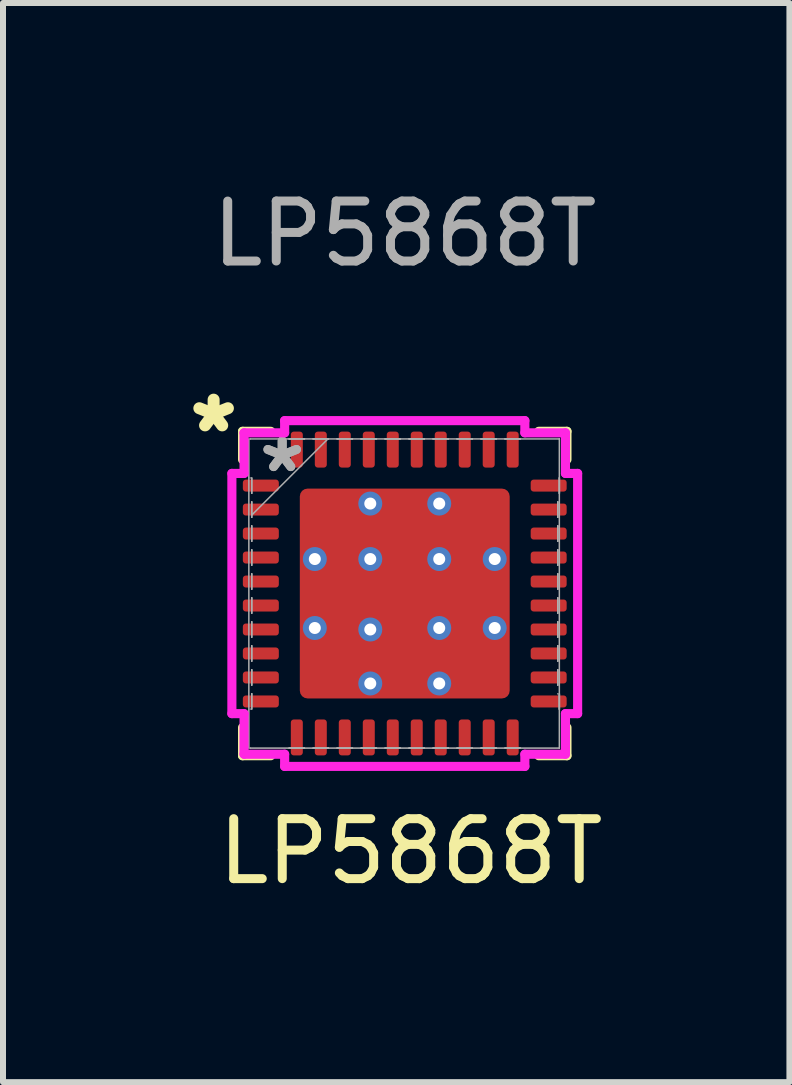
<source format=kicad_pcb>
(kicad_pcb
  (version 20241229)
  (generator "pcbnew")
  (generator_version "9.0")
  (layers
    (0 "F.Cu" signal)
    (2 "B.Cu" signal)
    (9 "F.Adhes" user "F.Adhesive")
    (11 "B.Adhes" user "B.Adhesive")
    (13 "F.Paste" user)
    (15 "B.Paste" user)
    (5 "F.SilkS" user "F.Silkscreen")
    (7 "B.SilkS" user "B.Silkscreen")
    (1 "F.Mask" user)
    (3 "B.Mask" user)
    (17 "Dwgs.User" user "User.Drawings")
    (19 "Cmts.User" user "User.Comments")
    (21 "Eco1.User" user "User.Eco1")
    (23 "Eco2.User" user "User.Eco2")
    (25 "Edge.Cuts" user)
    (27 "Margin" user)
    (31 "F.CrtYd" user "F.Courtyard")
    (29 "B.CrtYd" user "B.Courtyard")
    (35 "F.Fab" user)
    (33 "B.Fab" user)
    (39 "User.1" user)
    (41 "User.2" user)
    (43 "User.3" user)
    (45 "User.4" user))
  (footprint "LP5868T"
    (layer "F.Cu")
    (at 3.7 6.848)
    (property "Reference" "LP5868T" (at 0.1 4.3 0) (unlocked yes) (layer "F.SilkS") (effects (font (size 1 1) (thickness 0.15))))
    (attr smd)
    (fp_line (start -2.705 -2.705) (end -2.705 -2.234) (stroke (width 0.152) (type solid)) (layer "F.SilkS"))
    (fp_line (start -2.705 2.234) (end -2.705 2.705) (stroke (width 0.152) (type solid)) (layer "F.SilkS"))
    (fp_line (start -2.705 2.705) (end -2.234 2.705) (stroke (width 0.152) (type solid)) (layer "F.SilkS"))
    (fp_line (start -2.234 -2.705) (end -2.705 -2.705) (stroke (width 0.152) (type solid)) (layer "F.SilkS"))
    (fp_line (start 2.234 2.705) (end 2.705 2.705) (stroke (width 0.152) (type solid)) (layer "F.SilkS"))
    (fp_line (start 2.705 -2.705) (end 2.234 -2.705) (stroke (width 0.152) (type solid)) (layer "F.SilkS"))
    (fp_line (start 2.705 -2.234) (end 2.705 -2.705) (stroke (width 0.152) (type solid)) (layer "F.SilkS"))
    (fp_line (start 2.705 2.705) (end 2.705 2.234) (stroke (width 0.152) (type solid)) (layer "F.SilkS"))
    (fp_line (start -2.883 -2.003) (end -2.68 -2.003) (stroke (width 0.152) (type solid)) (layer "F.CrtYd"))
    (fp_line (start -2.883 2.003) (end -2.883 -2.003) (stroke (width 0.152) (type solid)) (layer "F.CrtYd"))
    (fp_line (start -2.68 -2.68) (end -2.003 -2.68) (stroke (width 0.152) (type solid)) (layer "F.CrtYd"))
    (fp_line (start -2.68 -2.003) (end -2.68 -2.68) (stroke (width 0.152) (type solid)) (layer "F.CrtYd"))
    (fp_line (start -2.68 2.003) (end -2.883 2.003) (stroke (width 0.152) (type solid)) (layer "F.CrtYd"))
    (fp_line (start -2.68 2.68) (end -2.68 2.003) (stroke (width 0.152) (type solid)) (layer "F.CrtYd"))
    (fp_line (start -2.003 -2.883) (end 2.003 -2.883) (stroke (width 0.152) (type solid)) (layer "F.CrtYd"))
    (fp_line (start -2.003 -2.68) (end -2.003 -2.883) (stroke (width 0.152) (type solid)) (layer "F.CrtYd"))
    (fp_line (start -2.003 2.68) (end -2.68 2.68) (stroke (width 0.152) (type solid)) (layer "F.CrtYd"))
    (fp_line (start -2.003 2.883) (end -2.003 2.68) (stroke (width 0.152) (type solid)) (layer "F.CrtYd"))
    (fp_line (start 2.003 -2.883) (end 2.003 -2.68) (stroke (width 0.152) (type solid)) (layer "F.CrtYd"))
    (fp_line (start 2.003 -2.68) (end 2.68 -2.68) (stroke (width 0.152) (type solid)) (layer "F.CrtYd"))
    (fp_line (start 2.003 2.68) (end 2.003 2.883) (stroke (width 0.152) (type solid)) (layer "F.CrtYd"))
    (fp_line (start 2.003 2.883) (end -2.003 2.883) (stroke (width 0.152) (type solid)) (layer "F.CrtYd"))
    (fp_line (start 2.68 -2.68) (end 2.68 -2.003) (stroke (width 0.152) (type solid)) (layer "F.CrtYd"))
    (fp_line (start 2.68 -2.003) (end 2.883 -2.003) (stroke (width 0.152) (type solid)) (layer "F.CrtYd"))
    (fp_line (start 2.68 2.003) (end 2.68 2.68) (stroke (width 0.152) (type solid)) (layer "F.CrtYd"))
    (fp_line (start 2.68 2.68) (end 2.003 2.68) (stroke (width 0.152) (type solid)) (layer "F.CrtYd"))
    (fp_line (start 2.883 -2.003) (end 2.883 2.003) (stroke (width 0.152) (type solid)) (layer "F.CrtYd"))
    (fp_line (start 2.883 2.003) (end 2.68 2.003) (stroke (width 0.152) (type solid)) (layer "F.CrtYd"))
    (fp_line (start -2.6 -2.578) (end -2.6 2.578) (stroke (width 0.025) (type solid)) (layer "F.Fab"))
    (fp_line (start -2.578 -2.578) (end -2.578 -2.578) (stroke (width 0.025) (type solid)) (layer "F.Fab"))
    (fp_line (start -2.578 -1.927) (end -2.578 -1.927) (stroke (width 0.025) (type solid)) (layer "F.Fab"))
    (fp_line (start -2.578 1.927) (end -2.578 1.927) (stroke (width 0.025) (type solid)) (layer "F.Fab"))
    (fp_line (start -2.578 2.578) (end -2.578 2.578) (stroke (width 0.025) (type solid)) (layer "F.Fab"))
    (fp_line (start -2.578 2.578) (end 2.578 2.578) (stroke (width 0.025) (type solid)) (layer "F.Fab"))
    (fp_line (start -2.552 -1.927) (end -2.552 -1.673) (stroke (width 0.025) (type solid)) (layer "F.Fab"))
    (fp_line (start -2.552 -1.673) (end -2.552 -1.927) (stroke (width 0.025) (type solid)) (layer "F.Fab"))
    (fp_line (start -2.552 -1.673) (end -2.552 -1.673) (stroke (width 0.025) (type solid)) (layer "F.Fab"))
    (fp_line (start -2.552 -1.527) (end -2.552 -1.527) (stroke (width 0.025) (type solid)) (layer "F.Fab"))
    (fp_line (start -2.552 -1.527) (end -2.552 -1.273) (stroke (width 0.025) (type solid)) (layer "F.Fab"))
    (fp_line (start -2.552 -1.308) (end -1.282 -2.578) (stroke (width 0.025) (type solid)) (layer "F.Fab"))
    (fp_line (start -2.552 -1.273) (end -2.552 -1.527) (stroke (width 0.025) (type solid)) (layer "F.Fab"))
    (fp_line (start -2.552 -1.273) (end -2.552 -1.273) (stroke (width 0.025) (type solid)) (layer "F.Fab"))
    (fp_line (start -2.552 -1.127) (end -2.552 -1.127) (stroke (width 0.025) (type solid)) (layer "F.Fab"))
    (fp_line (start -2.552 -1.127) (end -2.552 -0.873) (stroke (width 0.025) (type solid)) (layer "F.Fab"))
    (fp_line (start -2.552 -0.873) (end -2.552 -1.127) (stroke (width 0.025) (type solid)) (layer "F.Fab"))
    (fp_line (start -2.552 -0.873) (end -2.552 -0.873) (stroke (width 0.025) (type solid)) (layer "F.Fab"))
    (fp_line (start -2.552 -0.727) (end -2.552 -0.727) (stroke (width 0.025) (type solid)) (layer "F.Fab"))
    (fp_line (start -2.552 -0.727) (end -2.552 -0.473) (stroke (width 0.025) (type solid)) (layer "F.Fab"))
    (fp_line (start -2.552 -0.473) (end -2.552 -0.727) (stroke (width 0.025) (type solid)) (layer "F.Fab"))
    (fp_line (start -2.552 -0.473) (end -2.552 -0.473) (stroke (width 0.025) (type solid)) (layer "F.Fab"))
    (fp_line (start -2.552 -0.327) (end -2.552 -0.327) (stroke (width 0.025) (type solid)) (layer "F.Fab"))
    (fp_line (start -2.552 -0.327) (end -2.552 -0.073) (stroke (width 0.025) (type solid)) (layer "F.Fab"))
    (fp_line (start -2.552 -0.073) (end -2.552 -0.327) (stroke (width 0.025) (type solid)) (layer "F.Fab"))
    (fp_line (start -2.552 -0.073) (end -2.552 -0.073) (stroke (width 0.025) (type solid)) (layer "F.Fab"))
    (fp_line (start -2.552 0.073) (end -2.552 0.073) (stroke (width 0.025) (type solid)) (layer "F.Fab"))
    (fp_line (start -2.552 0.073) (end -2.552 0.327) (stroke (width 0.025) (type solid)) (layer "F.Fab"))
    (fp_line (start -2.552 0.327) (end -2.552 0.073) (stroke (width 0.025) (type solid)) (layer "F.Fab"))
    (fp_line (start -2.552 0.327) (end -2.552 0.327) (stroke (width 0.025) (type solid)) (layer "F.Fab"))
    (fp_line (start -2.552 0.473) (end -2.552 0.473) (stroke (width 0.025) (type solid)) (layer "F.Fab"))
    (fp_line (start -2.552 0.473) (end -2.552 0.727) (stroke (width 0.025) (type solid)) (layer "F.Fab"))
    (fp_line (start -2.552 0.727) (end -2.552 0.473) (stroke (width 0.025) (type solid)) (layer "F.Fab"))
    (fp_line (start -2.552 0.727) (end -2.552 0.727) (stroke (width 0.025) (type solid)) (layer "F.Fab"))
    (fp_line (start -2.552 0.873) (end -2.552 0.873) (stroke (width 0.025) (type solid)) (layer "F.Fab"))
    (fp_line (start -2.552 0.873) (end -2.552 1.127) (stroke (width 0.025) (type solid)) (layer "F.Fab"))
    (fp_line (start -2.552 1.127) (end -2.552 0.873) (stroke (width 0.025) (type solid)) (layer "F.Fab"))
    (fp_line (start -2.552 1.127) (end -2.552 1.127) (stroke (width 0.025) (type solid)) (layer "F.Fab"))
    (fp_line (start -2.552 1.273) (end -2.552 1.273) (stroke (width 0.025) (type solid)) (layer "F.Fab"))
    (fp_line (start -2.552 1.273) (end -2.552 1.527) (stroke (width 0.025) (type solid)) (layer "F.Fab"))
    (fp_line (start -2.552 1.527) (end -2.552 1.273) (stroke (width 0.025) (type solid)) (layer "F.Fab"))
    (fp_line (start -2.552 1.527) (end -2.552 1.527) (stroke (width 0.025) (type solid)) (layer "F.Fab"))
    (fp_line (start -2.552 1.673) (end -2.552 1.673) (stroke (width 0.025) (type solid)) (layer "F.Fab"))
    (fp_line (start -2.552 1.673) (end -2.552 1.927) (stroke (width 0.025) (type solid)) (layer "F.Fab"))
    (fp_line (start -2.552 1.927) (end -2.552 1.673) (stroke (width 0.025) (type solid)) (layer "F.Fab"))
    (fp_line (start -1.927 -2.578) (end -1.927 -2.578) (stroke (width 0.025) (type solid)) (layer "F.Fab"))
    (fp_line (start -1.927 -2.578) (end -1.673 -2.578) (stroke (width 0.025) (type solid)) (layer "F.Fab"))
    (fp_line (start -1.927 2.578) (end -1.927 2.578) (stroke (width 0.025) (type solid)) (layer "F.Fab"))
    (fp_line (start -1.927 2.578) (end -1.673 2.578) (stroke (width 0.025) (type solid)) (layer "F.Fab"))
    (fp_line (start -1.673 -2.578) (end -1.927 -2.578) (stroke (width 0.025) (type solid)) (layer "F.Fab"))
    (fp_line (start -1.673 -2.578) (end -1.673 -2.578) (stroke (width 0.025) (type solid)) (layer "F.Fab"))
    (fp_line (start -1.673 2.578) (end -1.927 2.578) (stroke (width 0.025) (type solid)) (layer "F.Fab"))
    (fp_line (start -1.673 2.578) (end -1.673 2.578) (stroke (width 0.025) (type solid)) (layer "F.Fab"))
    (fp_line (start -1.527 -2.578) (end -1.527 -2.578) (stroke (width 0.025) (type solid)) (layer "F.Fab"))
    (fp_line (start -1.527 -2.578) (end -1.273 -2.578) (stroke (width 0.025) (type solid)) (layer "F.Fab"))
    (fp_line (start -1.527 2.578) (end -1.527 2.578) (stroke (width 0.025) (type solid)) (layer "F.Fab"))
    (fp_line (start -1.527 2.578) (end -1.273 2.578) (stroke (width 0.025) (type solid)) (layer "F.Fab"))
    (fp_line (start -1.273 -2.578) (end -1.527 -2.578) (stroke (width 0.025) (type solid)) (layer "F.Fab"))
    (fp_line (start -1.273 -2.578) (end -1.273 -2.578) (stroke (width 0.025) (type solid)) (layer "F.Fab"))
    (fp_line (start -1.273 2.578) (end -1.527 2.578) (stroke (width 0.025) (type solid)) (layer "F.Fab"))
    (fp_line (start -1.273 2.578) (end -1.273 2.578) (stroke (width 0.025) (type solid)) (layer "F.Fab"))
    (fp_line (start -1.127 -2.578) (end -1.127 -2.578) (stroke (width 0.025) (type solid)) (layer "F.Fab"))
    (fp_line (start -1.127 -2.578) (end -0.873 -2.578) (stroke (width 0.025) (type solid)) (layer "F.Fab"))
    (fp_line (start -1.127 2.578) (end -1.127 2.578) (stroke (width 0.025) (type solid)) (layer "F.Fab"))
    (fp_line (start -1.127 2.578) (end -0.873 2.578) (stroke (width 0.025) (type solid)) (layer "F.Fab"))
    (fp_line (start -0.873 -2.578) (end -1.127 -2.578) (stroke (width 0.025) (type solid)) (layer "F.Fab"))
    (fp_line (start -0.873 -2.578) (end -0.873 -2.578) (stroke (width 0.025) (type solid)) (layer "F.Fab"))
    (fp_line (start -0.873 2.578) (end -1.127 2.578) (stroke (width 0.025) (type solid)) (layer "F.Fab"))
    (fp_line (start -0.873 2.578) (end -0.873 2.578) (stroke (width 0.025) (type solid)) (layer "F.Fab"))
    (fp_line (start -0.727 -2.578) (end -0.727 -2.578) (stroke (width 0.025) (type solid)) (layer "F.Fab"))
    (fp_line (start -0.727 -2.578) (end -0.473 -2.578) (stroke (width 0.025) (type solid)) (layer "F.Fab"))
    (fp_line (start -0.727 2.578) (end -0.727 2.578) (stroke (width 0.025) (type solid)) (layer "F.Fab"))
    (fp_line (start -0.727 2.578) (end -0.473 2.578) (stroke (width 0.025) (type solid)) (layer "F.Fab"))
    (fp_line (start -0.473 -2.578) (end -0.727 -2.578) (stroke (width 0.025) (type solid)) (layer "F.Fab"))
    (fp_line (start -0.473 -2.578) (end -0.473 -2.578) (stroke (width 0.025) (type solid)) (layer "F.Fab"))
    (fp_line (start -0.473 2.578) (end -0.727 2.578) (stroke (width 0.025) (type solid)) (layer "F.Fab"))
    (fp_line (start -0.473 2.578) (end -0.473 2.578) (stroke (width 0.025) (type solid)) (layer "F.Fab"))
    (fp_line (start -0.327 -2.578) (end -0.327 -2.578) (stroke (width 0.025) (type solid)) (layer "F.Fab"))
    (fp_line (start -0.327 -2.578) (end -0.073 -2.578) (stroke (width 0.025) (type solid)) (layer "F.Fab"))
    (fp_line (start -0.327 2.578) (end -0.327 2.578) (stroke (width 0.025) (type solid)) (layer "F.Fab"))
    (fp_line (start -0.327 2.578) (end -0.073 2.578) (stroke (width 0.025) (type solid)) (layer "F.Fab"))
    (fp_line (start -0.073 -2.578) (end -0.327 -2.578) (stroke (width 0.025) (type solid)) (layer "F.Fab"))
    (fp_line (start -0.073 -2.578) (end -0.073 -2.578) (stroke (width 0.025) (type solid)) (layer "F.Fab"))
    (fp_line (start -0.073 2.578) (end -0.327 2.578) (stroke (width 0.025) (type solid)) (layer "F.Fab"))
    (fp_line (start -0.073 2.578) (end -0.073 2.578) (stroke (width 0.025) (type solid)) (layer "F.Fab"))
    (fp_line (start 0.073 -2.578) (end 0.073 -2.578) (stroke (width 0.025) (type solid)) (layer "F.Fab"))
    (fp_line (start 0.073 -2.578) (end 0.327 -2.578) (stroke (width 0.025) (type solid)) (layer "F.Fab"))
    (fp_line (start 0.073 2.578) (end 0.073 2.578) (stroke (width 0.025) (type solid)) (layer "F.Fab"))
    (fp_line (start 0.073 2.578) (end 0.327 2.578) (stroke (width 0.025) (type solid)) (layer "F.Fab"))
    (fp_line (start 0.327 -2.578) (end 0.073 -2.578) (stroke (width 0.025) (type solid)) (layer "F.Fab"))
    (fp_line (start 0.327 -2.578) (end 0.327 -2.578) (stroke (width 0.025) (type solid)) (layer "F.Fab"))
    (fp_line (start 0.327 2.578) (end 0.073 2.578) (stroke (width 0.025) (type solid)) (layer "F.Fab"))
    (fp_line (start 0.327 2.578) (end 0.327 2.578) (stroke (width 0.025) (type solid)) (layer "F.Fab"))
    (fp_line (start 0.473 -2.578) (end 0.473 -2.578) (stroke (width 0.025) (type solid)) (layer "F.Fab"))
    (fp_line (start 0.473 -2.578) (end 0.727 -2.578) (stroke (width 0.025) (type solid)) (layer "F.Fab"))
    (fp_line (start 0.473 2.578) (end 0.473 2.578) (stroke (width 0.025) (type solid)) (layer "F.Fab"))
    (fp_line (start 0.473 2.578) (end 0.727 2.578) (stroke (width 0.025) (type solid)) (layer "F.Fab"))
    (fp_line (start 0.727 -2.578) (end 0.473 -2.578) (stroke (width 0.025) (type solid)) (layer "F.Fab"))
    (fp_line (start 0.727 -2.578) (end 0.727 -2.578) (stroke (width 0.025) (type solid)) (layer "F.Fab"))
    (fp_line (start 0.727 2.578) (end 0.473 2.578) (stroke (width 0.025) (type solid)) (layer "F.Fab"))
    (fp_line (start 0.727 2.578) (end 0.727 2.578) (stroke (width 0.025) (type solid)) (layer "F.Fab"))
    (fp_line (start 0.873 -2.578) (end 0.873 -2.578) (stroke (width 0.025) (type solid)) (layer "F.Fab"))
    (fp_line (start 0.873 -2.578) (end 1.127 -2.578) (stroke (width 0.025) (type solid)) (layer "F.Fab"))
    (fp_line (start 0.873 2.578) (end 0.873 2.578) (stroke (width 0.025) (type solid)) (layer "F.Fab"))
    (fp_line (start 0.873 2.578) (end 1.127 2.578) (stroke (width 0.025) (type solid)) (layer "F.Fab"))
    (fp_line (start 1.127 -2.578) (end 0.873 -2.578) (stroke (width 0.025) (type solid)) (layer "F.Fab"))
    (fp_line (start 1.127 -2.578) (end 1.127 -2.578) (stroke (width 0.025) (type solid)) (layer "F.Fab"))
    (fp_line (start 1.127 2.578) (end 0.873 2.578) (stroke (width 0.025) (type solid)) (layer "F.Fab"))
    (fp_line (start 1.127 2.578) (end 1.127 2.578) (stroke (width 0.025) (type solid)) (layer "F.Fab"))
    (fp_line (start 1.273 -2.578) (end 1.273 -2.578) (stroke (width 0.025) (type solid)) (layer "F.Fab"))
    (fp_line (start 1.273 -2.578) (end 1.527 -2.578) (stroke (width 0.025) (type solid)) (layer "F.Fab"))
    (fp_line (start 1.273 2.578) (end 1.273 2.578) (stroke (width 0.025) (type solid)) (layer "F.Fab"))
    (fp_line (start 1.273 2.578) (end 1.527 2.578) (stroke (width 0.025) (type solid)) (layer "F.Fab"))
    (fp_line (start 1.527 -2.578) (end 1.273 -2.578) (stroke (width 0.025) (type solid)) (layer "F.Fab"))
    (fp_line (start 1.527 -2.578) (end 1.527 -2.578) (stroke (width 0.025) (type solid)) (layer "F.Fab"))
    (fp_line (start 1.527 2.578) (end 1.273 2.578) (stroke (width 0.025) (type solid)) (layer "F.Fab"))
    (fp_line (start 1.527 2.578) (end 1.527 2.578) (stroke (width 0.025) (type solid)) (layer "F.Fab"))
    (fp_line (start 1.673 -2.578) (end 1.673 -2.578) (stroke (width 0.025) (type solid)) (layer "F.Fab"))
    (fp_line (start 1.673 -2.578) (end 1.927 -2.578) (stroke (width 0.025) (type solid)) (layer "F.Fab"))
    (fp_line (start 1.673 2.578) (end 1.673 2.578) (stroke (width 0.025) (type solid)) (layer "F.Fab"))
    (fp_line (start 1.673 2.578) (end 1.927 2.578) (stroke (width 0.025) (type solid)) (layer "F.Fab"))
    (fp_line (start 1.927 -2.578) (end 1.673 -2.578) (stroke (width 0.025) (type solid)) (layer "F.Fab"))
    (fp_line (start 1.927 -2.578) (end 1.927 -2.578) (stroke (width 0.025) (type solid)) (layer "F.Fab"))
    (fp_line (start 1.927 2.578) (end 1.673 2.578) (stroke (width 0.025) (type solid)) (layer "F.Fab"))
    (fp_line (start 1.927 2.578) (end 1.927 2.578) (stroke (width 0.025) (type solid)) (layer "F.Fab"))
    (fp_line (start 2.552 -1.527) (end 2.552 -1.527) (stroke (width 0.025) (type solid)) (layer "F.Fab"))
    (fp_line (start 2.552 -1.527) (end 2.552 -1.273) (stroke (width 0.025) (type solid)) (layer "F.Fab"))
    (fp_line (start 2.552 -1.273) (end 2.552 -1.527) (stroke (width 0.025) (type solid)) (layer "F.Fab"))
    (fp_line (start 2.552 -1.273) (end 2.552 -1.273) (stroke (width 0.025) (type solid)) (layer "F.Fab"))
    (fp_line (start 2.552 -1.127) (end 2.552 -1.127) (stroke (width 0.025) (type solid)) (layer "F.Fab"))
    (fp_line (start 2.552 -1.127) (end 2.552 -0.873) (stroke (width 0.025) (type solid)) (layer "F.Fab"))
    (fp_line (start 2.552 -0.873) (end 2.552 -1.127) (stroke (width 0.025) (type solid)) (layer "F.Fab"))
    (fp_line (start 2.552 -0.873) (end 2.552 -0.873) (stroke (width 0.025) (type solid)) (layer "F.Fab"))
    (fp_line (start 2.552 -0.727) (end 2.552 -0.727) (stroke (width 0.025) (type solid)) (layer "F.Fab"))
    (fp_line (start 2.552 -0.727) (end 2.552 -0.473) (stroke (width 0.025) (type solid)) (layer "F.Fab"))
    (fp_line (start 2.552 -0.473) (end 2.552 -0.727) (stroke (width 0.025) (type solid)) (layer "F.Fab"))
    (fp_line (start 2.552 -0.473) (end 2.552 -0.473) (stroke (width 0.025) (type solid)) (layer "F.Fab"))
    (fp_line (start 2.552 -0.327) (end 2.552 -0.327) (stroke (width 0.025) (type solid)) (layer "F.Fab"))
    (fp_line (start 2.552 -0.327) (end 2.552 -0.073) (stroke (width 0.025) (type solid)) (layer "F.Fab"))
    (fp_line (start 2.552 -0.073) (end 2.552 -0.327) (stroke (width 0.025) (type solid)) (layer "F.Fab"))
    (fp_line (start 2.552 -0.073) (end 2.552 -0.073) (stroke (width 0.025) (type solid)) (layer "F.Fab"))
    (fp_line (start 2.552 0.073) (end 2.552 0.073) (stroke (width 0.025) (type solid)) (layer "F.Fab"))
    (fp_line (start 2.552 0.073) (end 2.552 0.327) (stroke (width 0.025) (type solid)) (layer "F.Fab"))
    (fp_line (start 2.552 0.327) (end 2.552 0.073) (stroke (width 0.025) (type solid)) (layer "F.Fab"))
    (fp_line (start 2.552 0.327) (end 2.552 0.327) (stroke (width 0.025) (type solid)) (layer "F.Fab"))
    (fp_line (start 2.552 0.473) (end 2.552 0.473) (stroke (width 0.025) (type solid)) (layer "F.Fab"))
    (fp_line (start 2.552 0.473) (end 2.552 0.727) (stroke (width 0.025) (type solid)) (layer "F.Fab"))
    (fp_line (start 2.552 0.727) (end 2.552 0.473) (stroke (width 0.025) (type solid)) (layer "F.Fab"))
    (fp_line (start 2.552 0.727) (end 2.552 0.727) (stroke (width 0.025) (type solid)) (layer "F.Fab"))
    (fp_line (start 2.552 0.873) (end 2.552 0.873) (stroke (width 0.025) (type solid)) (layer "F.Fab"))
    (fp_line (start 2.552 0.873) (end 2.552 1.127) (stroke (width 0.025) (type solid)) (layer "F.Fab"))
    (fp_line (start 2.552 1.127) (end 2.552 0.873) (stroke (width 0.025) (type solid)) (layer "F.Fab"))
    (fp_line (start 2.552 1.127) (end 2.552 1.127) (stroke (width 0.025) (type solid)) (layer "F.Fab"))
    (fp_line (start 2.552 1.273) (end 2.552 1.273) (stroke (width 0.025) (type solid)) (layer "F.Fab"))
    (fp_line (start 2.552 1.273) (end 2.552 1.527) (stroke (width 0.025) (type solid)) (layer "F.Fab"))
    (fp_line (start 2.552 1.527) (end 2.552 1.273) (stroke (width 0.025) (type solid)) (layer "F.Fab"))
    (fp_line (start 2.552 1.527) (end 2.552 1.527) (stroke (width 0.025) (type solid)) (layer "F.Fab"))
    (fp_line (start 2.552 1.673) (end 2.552 1.673) (stroke (width 0.025) (type solid)) (layer "F.Fab"))
    (fp_line (start 2.578 -2.578) (end -2.578 -2.578) (stroke (width 0.025) (type solid)) (layer "F.Fab"))
    (fp_line (start 2.578 -2.578) (end 2.578 -2.578) (stroke (width 0.025) (type solid)) (layer "F.Fab"))
    (fp_line (start 2.578 -1.927) (end 2.578 -1.927) (stroke (width 0.025) (type solid)) (layer "F.Fab"))
    (fp_line (start 2.578 -1.927) (end 2.578 -1.673) (stroke (width 0.025) (type solid)) (layer "F.Fab"))
    (fp_line (start 2.578 -1.673) (end 2.578 -1.927) (stroke (width 0.025) (type solid)) (layer "F.Fab"))
    (fp_line (start 2.578 -1.673) (end 2.578 -1.673) (stroke (width 0.025) (type solid)) (layer "F.Fab"))
    (fp_line (start 2.578 1.673) (end 2.578 1.927) (stroke (width 0.025) (type solid)) (layer "F.Fab"))
    (fp_line (start 2.578 1.927) (end 2.578 1.673) (stroke (width 0.025) (type solid)) (layer "F.Fab"))
    (fp_line (start 2.578 1.927) (end 2.578 1.927) (stroke (width 0.025) (type solid)) (layer "F.Fab"))
    (fp_line (start 2.578 2.578) (end 2.578 -2.578) (stroke (width 0.025) (type solid)) (layer "F.Fab"))
    (fp_line (start 2.578 2.578) (end 2.578 2.578) (stroke (width 0.025) (type solid)) (layer "F.Fab"))
    (fp_text user "*" (at -3.7 -2.1 0) (unlocked yes) (layer "F.SilkS") (effects (font (size 1 1) (thickness 0.2) (bold yes)) (justify left bottom)))
    (fp_text user "*" (at -2.044 -2 0) (unlocked yes) (layer "F.Fab") (effects (font (size 1 1) (thickness 0.15))))
    (fp_text user "${REFERENCE}" (at 0 -6 0) (unlocked yes) (layer "F.Fab") (effects (font (size 1 1) (thickness 0.15))))
    (fp_text user "*" (at -2.044 -2 0) (layer "F.Fab") (effects (font (size 1 1) (thickness 0.15))))
    (pad "1" smd roundrect (at -2.4 -1.8 90) (size 0.2 0.6) (layers "F.Cu" "F.Mask" "F.Paste") (roundrect_rratio 0.25))
    (pad "2" smd roundrect (at -2.4 -1.4 90) (size 0.2 0.6) (layers "F.Cu" "F.Mask" "F.Paste") (roundrect_rratio 0.25))
    (pad "3" smd roundrect (at -2.4 -1 90) (size 0.2 0.6) (layers "F.Cu" "F.Mask" "F.Paste") (roundrect_rratio 0.25))
    (pad "4" smd roundrect (at -2.4 -0.6 90) (size 0.2 0.6) (layers "F.Cu" "F.Mask" "F.Paste") (roundrect_rratio 0.25))
    (pad "5" smd roundrect (at -2.4 -0.2 90) (size 0.2 0.6) (layers "F.Cu" "F.Mask" "F.Paste") (roundrect_rratio 0.25))
    (pad "6" smd roundrect (at -2.4 0.2 90) (size 0.2 0.6) (layers "F.Cu" "F.Mask" "F.Paste") (roundrect_rratio 0.25))
    (pad "7" smd roundrect (at -2.4 0.6 90) (size 0.2 0.6) (layers "F.Cu" "F.Mask" "F.Paste") (roundrect_rratio 0.25))
    (pad "8" smd roundrect (at -2.4 1 90) (size 0.2 0.6) (layers "F.Cu" "F.Mask" "F.Paste") (roundrect_rratio 0.25))
    (pad "9" smd roundrect (at -2.4 1.4 90) (size 0.2 0.6) (layers "F.Cu" "F.Mask" "F.Paste") (roundrect_rratio 0.25))
    (pad "10" smd roundrect (at -2.4 1.8 90) (size 0.2 0.6) (layers "F.Cu" "F.Mask" "F.Paste") (roundrect_rratio 0.25))
    (pad "11" smd roundrect (at -1.8 2.4) (size 0.2 0.6) (layers "F.Cu" "F.Mask" "F.Paste") (roundrect_rratio 0.25))
    (pad "12" smd roundrect (at -1.4 2.4) (size 0.2 0.6) (layers "F.Cu" "F.Mask" "F.Paste") (roundrect_rratio 0.25))
    (pad "13" smd roundrect (at -1 2.4) (size 0.2 0.6) (layers "F.Cu" "F.Mask" "F.Paste") (roundrect_rratio 0.25))
    (pad "14" smd roundrect (at -0.6 2.4) (size 0.2 0.6) (layers "F.Cu" "F.Mask" "F.Paste") (roundrect_rratio 0.25))
    (pad "15" smd roundrect (at -0.2 2.4) (size 0.2 0.6) (layers "F.Cu" "F.Mask" "F.Paste") (roundrect_rratio 0.25))
    (pad "16" smd roundrect (at 0.2 2.4) (size 0.2 0.6) (layers "F.Cu" "F.Mask" "F.Paste") (roundrect_rratio 0.25))
    (pad "17" smd roundrect (at 0.6 2.4) (size 0.2 0.6) (layers "F.Cu" "F.Mask" "F.Paste") (roundrect_rratio 0.25))
    (pad "18" smd roundrect (at 1 2.4) (size 0.2 0.6) (layers "F.Cu" "F.Mask" "F.Paste") (roundrect_rratio 0.25))
    (pad "19" smd roundrect (at 1.4 2.4) (size 0.2 0.6) (layers "F.Cu" "F.Mask" "F.Paste") (roundrect_rratio 0.25))
    (pad "20" smd roundrect (at 1.8 2.4) (size 0.2 0.6) (layers "F.Cu" "F.Mask" "F.Paste") (roundrect_rratio 0.25))
    (pad "21" smd roundrect (at 2.4 1.8 90) (size 0.2 0.6) (layers "F.Cu" "F.Mask" "F.Paste") (roundrect_rratio 0.25))
    (pad "22" smd roundrect (at 2.4 1.4 90) (size 0.2 0.6) (layers "F.Cu" "F.Mask" "F.Paste") (roundrect_rratio 0.25))
    (pad "23" smd roundrect (at 2.4 1 90) (size 0.2 0.6) (layers "F.Cu" "F.Mask" "F.Paste") (roundrect_rratio 0.25))
    (pad "24" smd roundrect (at 2.4 0.6 90) (size 0.2 0.6) (layers "F.Cu" "F.Mask" "F.Paste") (roundrect_rratio 0.25))
    (pad "25" smd roundrect (at 2.4 0.2 90) (size 0.2 0.6) (layers "F.Cu" "F.Mask" "F.Paste") (roundrect_rratio 0.25))
    (pad "26" smd roundrect (at 2.4 -0.2 90) (size 0.2 0.6) (layers "F.Cu" "F.Mask" "F.Paste") (roundrect_rratio 0.25))
    (pad "27" smd roundrect (at 2.4 -0.6 90) (size 0.2 0.6) (layers "F.Cu" "F.Mask" "F.Paste") (roundrect_rratio 0.25))
    (pad "28" smd roundrect (at 2.4 -1 90) (size 0.2 0.6) (layers "F.Cu" "F.Mask" "F.Paste") (roundrect_rratio 0.25))
    (pad "29" smd roundrect (at 2.4 -1.4 90) (size 0.2 0.6) (layers "F.Cu" "F.Mask" "F.Paste") (roundrect_rratio 0.25))
    (pad "30" smd roundrect (at 2.4 -1.8 90) (size 0.2 0.6) (layers "F.Cu" "F.Mask" "F.Paste") (roundrect_rratio 0.25))
    (pad "31" smd roundrect (at 1.8 -2.4) (size 0.2 0.6) (layers "F.Cu" "F.Mask" "F.Paste") (roundrect_rratio 0.25))
    (pad "32" smd roundrect (at 1.4 -2.4) (size 0.2 0.6) (layers "F.Cu" "F.Mask" "F.Paste") (roundrect_rratio 0.25))
    (pad "33" smd roundrect (at 1 -2.4) (size 0.2 0.6) (layers "F.Cu" "F.Mask" "F.Paste") (roundrect_rratio 0.25))
    (pad "34" smd roundrect (at 0.6 -2.4) (size 0.2 0.6) (layers "F.Cu" "F.Mask" "F.Paste") (roundrect_rratio 0.25))
    (pad "35" smd roundrect (at 0.2 -2.4) (size 0.2 0.6) (layers "F.Cu" "F.Mask" "F.Paste") (roundrect_rratio 0.25))
    (pad "36" smd roundrect (at -0.2 -2.4) (size 0.2 0.6) (layers "F.Cu" "F.Mask" "F.Paste") (roundrect_rratio 0.25))
    (pad "37" smd roundrect (at -0.6 -2.4) (size 0.2 0.6) (layers "F.Cu" "F.Mask" "F.Paste") (roundrect_rratio 0.25))
    (pad "38" smd roundrect (at -1 -2.4) (size 0.2 0.6) (layers "F.Cu" "F.Mask" "F.Paste") (roundrect_rratio 0.25))
    (pad "39" smd roundrect (at -1.4 -2.4) (size 0.2 0.6) (layers "F.Cu" "F.Mask" "F.Paste") (roundrect_rratio 0.25))
    (pad "40" smd roundrect (at -1.8 -2.4) (size 0.2 0.6) (layers "F.Cu" "F.Mask" "F.Paste") (roundrect_rratio 0.25))
    (pad "41" thru_hole circle (at -1.5 -0.575) (size 0.4 0.4) (drill 0.2) (property pad_prop_heatsink) (layers "*.Cu" "F.Mask"))
    (pad "41" thru_hole circle (at -1.5 0.575) (size 0.4 0.4) (drill 0.2) (property pad_prop_heatsink) (layers "*.Cu" "F.Mask"))
    (pad "41" smd roundrect (at -1.15 -1.15) (size 1 1) (layers "F.Cu" "F.Mask" "F.Paste") (roundrect_rratio 0.014))
    (pad "41" smd roundrect (at -1.15 0) (size 1 1) (layers "F.Cu" "F.Mask" "F.Paste") (roundrect_rratio 0.014))
    (pad "41" smd roundrect (at -1.15 1.15) (size 1 1) (layers "F.Cu" "F.Mask" "F.Paste") (roundrect_rratio 0.014))
    (pad "41" thru_hole circle (at -0.575 -1.5) (size 0.4 0.4) (drill 0.2) (property pad_prop_heatsink) (layers "*.Cu" "F.Mask"))
    (pad "41" thru_hole circle (at -0.575 -0.575) (size 0.4 0.4) (drill 0.2) (property pad_prop_heatsink) (layers "*.Cu" "F.Mask"))
    (pad "41" thru_hole circle (at -0.575 0.6) (size 0.4 0.4) (drill 0.2) (property pad_prop_heatsink) (layers "*.Cu" "F.Mask"))
    (pad "41" thru_hole circle (at -0.575 1.5) (size 0.4 0.4) (drill 0.2) (property pad_prop_heatsink) (layers "*.Cu" "F.Mask"))
    (pad "41" smd roundrect (at 0 -1.15) (size 1 1) (layers "F.Cu" "F.Mask" "F.Paste") (roundrect_rratio 0.014))
    (pad "41" smd roundrect (at 0 0) (size 1 1) (layers "F.Cu" "F.Mask" "F.Paste") (roundrect_rratio 0.014))
    (pad "41" smd roundrect (at 0 0) (size 3.5 3.5) (layers "F.Cu" "F.Mask") (roundrect_rratio 0.037))
    (pad "41" smd roundrect (at 0 1.15) (size 1 1) (layers "F.Cu" "F.Mask" "F.Paste") (roundrect_rratio 0.014))
    (pad "41" thru_hole circle (at 0.575 -1.5) (size 0.4 0.4) (drill 0.2) (property pad_prop_heatsink) (layers "*.Cu" "F.Mask"))
    (pad "41" thru_hole circle (at 0.575 -0.575) (size 0.4 0.4) (drill 0.2) (property pad_prop_heatsink) (layers "*.Cu" "F.Mask"))
    (pad "41" thru_hole circle (at 0.575 0.575) (size 0.4 0.4) (drill 0.2) (property pad_prop_heatsink) (layers "*.Cu" "F.Mask"))
    (pad "41" thru_hole circle (at 0.575 1.5) (size 0.4 0.4) (drill 0.2) (property pad_prop_heatsink) (layers "*.Cu" "F.Mask"))
    (pad "41" smd roundrect (at 1.15 -1.15) (size 1 1) (layers "F.Cu" "F.Mask" "F.Paste") (roundrect_rratio 0.014))
    (pad "41" smd roundrect (at 1.15 0) (size 1 1) (layers "F.Cu" "F.Mask" "F.Paste") (roundrect_rratio 0.014))
    (pad "41" smd roundrect (at 1.15 1.15) (size 1 1) (layers "F.Cu" "F.Mask" "F.Paste") (roundrect_rratio 0.014))
    (pad "41" thru_hole circle (at 1.5 -0.575) (size 0.4 0.4) (drill 0.2) (property pad_prop_heatsink) (layers "*.Cu" "F.Mask"))
    (pad "41" thru_hole circle (at 1.5 0.575) (size 0.4 0.4) (drill 0.2) (property pad_prop_heatsink) (layers "*.Cu" "F.Mask")))
  (gr_rect
    (start -3 -3)
    (end 10.115 14.996)
    (stroke (width 0.1) (type default))
    (fill no)
    (layer "Edge.Cuts")))
</source>
